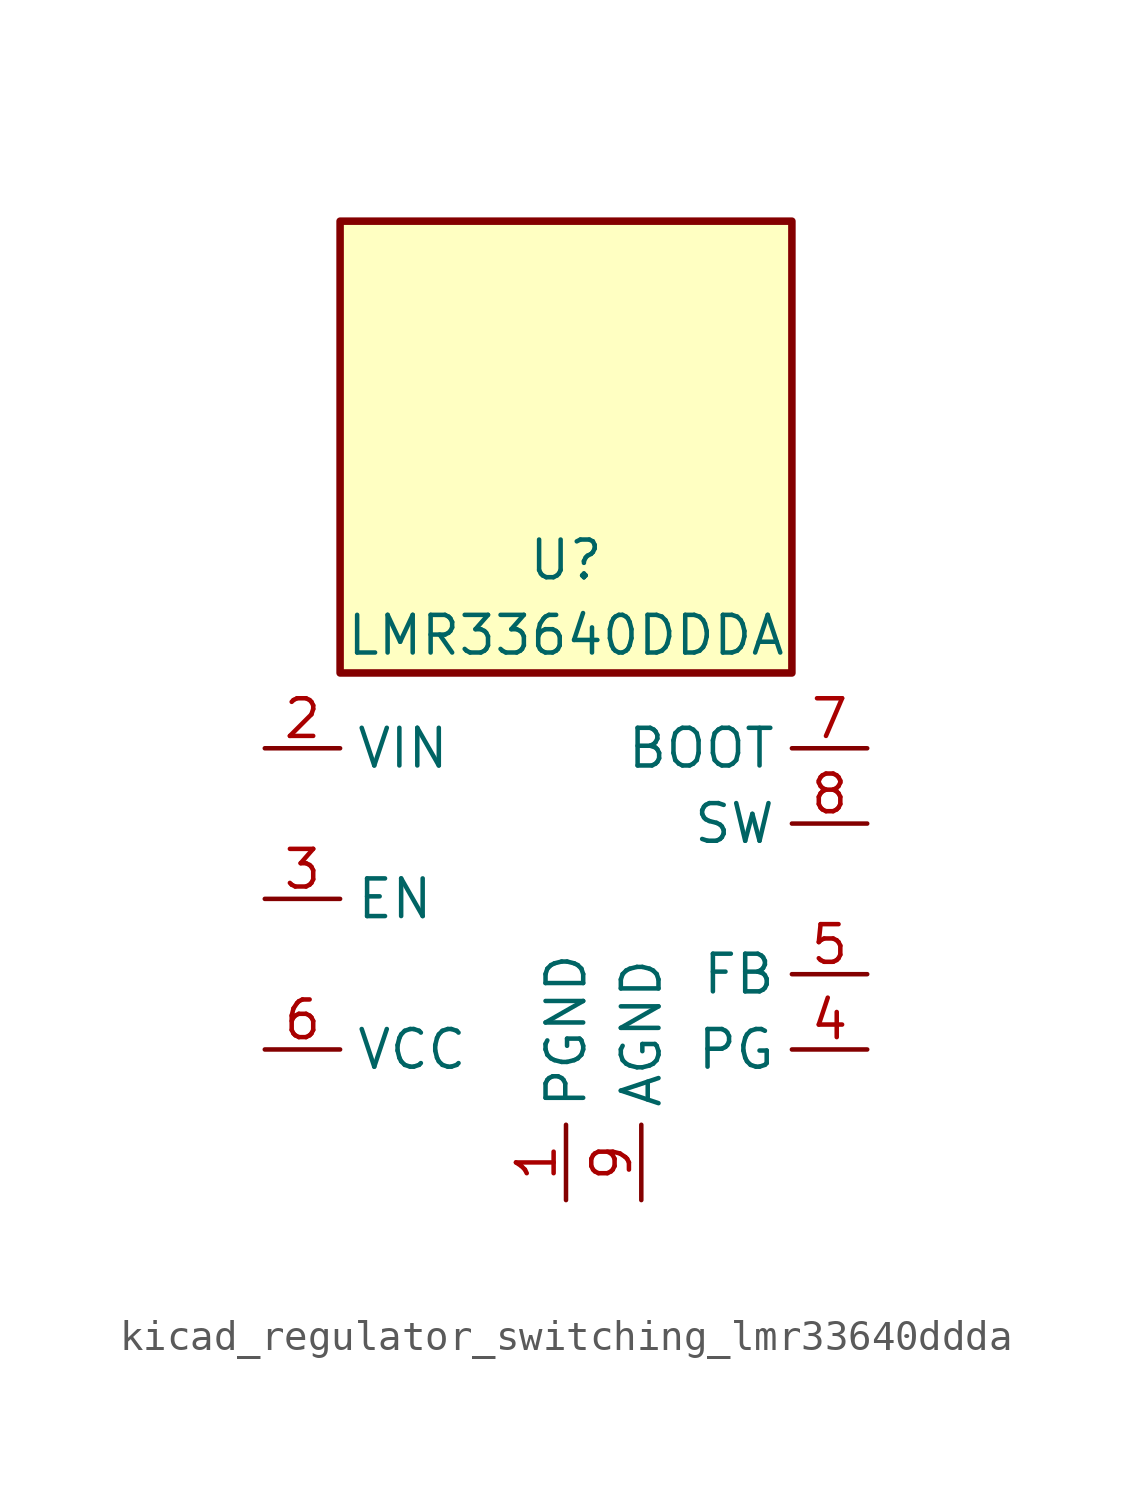
<source format=kicad_sym>
(kicad_symbol_lib
  (version 20220914)
  (generator kicad_symbol_editor)
  (symbol "kicad_regulator_switching_lmr33640ddda"
    (property "Reference" "U"
      (at 0 11.43 0)
      (effects (font (size 1.27 1.27))))
    (property "Value" "LMR33640DDDA"
      (at 0 8.89 0)
      (effects (font (size 1.27 1.27))))
    (symbol "kicad_regulator_switching_lmr33640ddda_0_1"
      (rectangle (start 7.62 22.86) (end -7.62 7.62) (stroke (width 0.254) (type default)) (fill (type background))))
    (symbol "kicad_regulator_switching_lmr33640ddda_1_1"
      (pin power_in line (at 0 -10.16 90) (length 2.54) (name "PGND" (effects (font (size 1.27 1.27)))) (number "1" (effects (font (size 1.27 1.27)))))
      (pin power_in line (at -10.16 5.08 0) (length 2.54) (name "VIN" (effects (font (size 1.27 1.27)))) (number "2" (effects (font (size 1.27 1.27)))))
      (pin input line (at -10.16 0 0) (length 2.54) (name "EN" (effects (font (size 1.27 1.27)))) (number "3" (effects (font (size 1.27 1.27)))))
      (pin open_collector line (at 10.16 -5.08 180) (length 2.54) (name "PG" (effects (font (size 1.27 1.27)))) (number "4" (effects (font (size 1.27 1.27)))))
      (pin input line (at 10.16 -2.54 180) (length 2.54) (name "FB" (effects (font (size 1.27 1.27)))) (number "5" (effects (font (size 1.27 1.27)))))
      (pin power_out line (at -10.16 -5.08 0) (length 2.54) (name "VCC" (effects (font (size 1.27 1.27)))) (number "6" (effects (font (size 1.27 1.27)))))
      (pin input line (at 10.16 5.08 180) (length 2.54) (name "BOOT" (effects (font (size 1.27 1.27)))) (number "7" (effects (font (size 1.27 1.27)))))
      (pin output line (at 10.16 2.54 180) (length 2.54) (name "SW" (effects (font (size 1.27 1.27)))) (number "8" (effects (font (size 1.27 1.27)))))
      (pin power_in line (at 2.54 -10.16 90) (length 2.54) (name "AGND" (effects (font (size 1.27 1.27)))) (number "9" (effects (font (size 1.27 1.27))))))))
</source>
